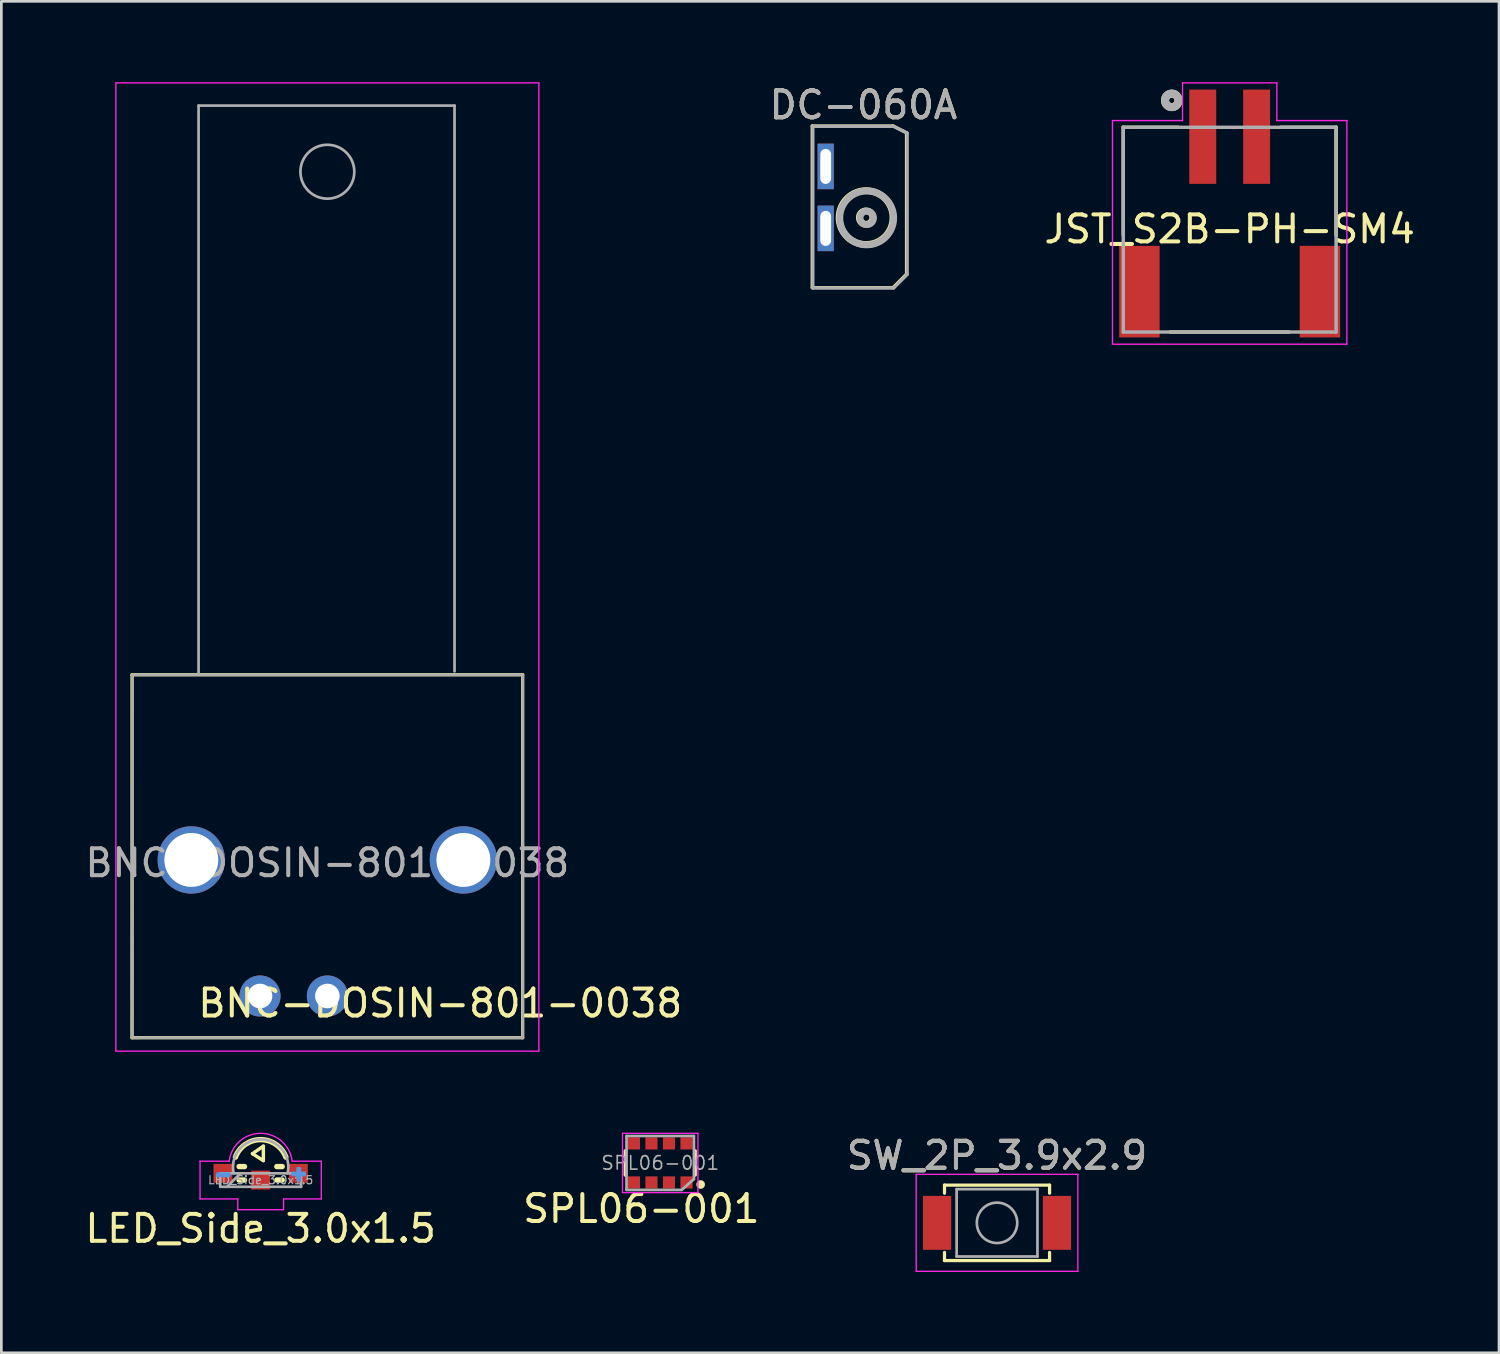
<source format=kicad_pcb>
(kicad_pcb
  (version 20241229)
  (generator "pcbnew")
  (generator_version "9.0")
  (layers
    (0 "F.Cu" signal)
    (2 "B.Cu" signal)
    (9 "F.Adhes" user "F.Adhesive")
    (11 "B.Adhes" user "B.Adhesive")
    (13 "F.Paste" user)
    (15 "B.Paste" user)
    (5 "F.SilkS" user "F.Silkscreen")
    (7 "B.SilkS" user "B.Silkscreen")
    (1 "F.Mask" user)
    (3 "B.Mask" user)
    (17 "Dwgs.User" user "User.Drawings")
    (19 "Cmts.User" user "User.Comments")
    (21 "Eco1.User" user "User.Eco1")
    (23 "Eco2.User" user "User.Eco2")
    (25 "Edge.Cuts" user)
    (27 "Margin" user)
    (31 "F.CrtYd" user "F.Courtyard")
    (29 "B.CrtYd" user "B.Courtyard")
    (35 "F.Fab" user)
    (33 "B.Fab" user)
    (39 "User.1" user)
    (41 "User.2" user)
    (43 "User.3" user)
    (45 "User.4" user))
  (footprint "LED_Side_3.0x1.5"
    (layer "F.Cu")
    (at 6.625 40.751)
    (property "Reference" "LED_Side_3.0x1.5" (at 0 1.8 0) (layer "F.SilkS") (effects (font (size 1 1) (thickness 0.15))))
    (attr smd)
    (fp_line (start -0.8 -0.5) (end -0.6 -0.5) (stroke (width 0.2) (type solid)) (layer "F.SilkS"))
    (fp_line (start -0.8 0) (end -0.6 0) (stroke (width 0.2) (type solid)) (layer "F.SilkS"))
    (fp_line (start -0.306 -0.979) (end 0.097 -0.722) (stroke (width 0.127) (type solid)) (layer "F.SilkS"))
    (fp_line (start 0.1 -1.258) (end -0.306 -0.979) (stroke (width 0.127) (type solid)) (layer "F.SilkS"))
    (fp_line (start 0.1 -0.725) (end 0.1 -1.258) (stroke (width 0.127) (type solid)) (layer "F.SilkS"))
    (fp_line (start 0.6 -0.5) (end 0.8 -0.5) (stroke (width 0.2) (type solid)) (layer "F.SilkS"))
    (fp_line (start 0.6 0) (end 0.8 0) (stroke (width 0.2) (type solid)) (layer "F.SilkS"))
    (fp_arc (start -0.937 -0.85) (mid -0.000108 -1.500234) (end 0.936924 -0.850203) (stroke (width 0.2) (type solid)) (layer "F.SilkS"))
    (fp_poly (pts (xy -1.611 -0.236) (xy -1.16 -0.236) (xy -1.16 -0.155) (xy -1.612 -0.155)) (stroke (width 0.1) (type solid)) (fill no) (layer "Cmts.User"))
    (fp_poly (pts (xy 1.184 -0.267) (xy 1.635 -0.267) (xy 1.635 -0.186) (xy 1.183 -0.186) (xy 1.183 -0.187)) (stroke (width 0.1) (type solid)) (fill no) (layer "Cmts.User"))
    (fp_poly (pts (xy 1.374 0.014) (xy 1.374 -0.437) (xy 1.455 -0.437) (xy 1.455 0.015) (xy 1.454 0.015)) (stroke (width 0.1) (type solid)) (fill no) (layer "Cmts.User"))
    (fp_line (start -2.25 -0.7) (end -1.17 -0.7) (stroke (width 0.05) (type solid)) (layer "F.CrtYd"))
    (fp_line (start -2.25 0.7) (end -2.25 -0.7) (stroke (width 0.05) (type solid)) (layer "F.CrtYd"))
    (fp_line (start -2.25 0.7) (end -0.85 0.7) (stroke (width 0.05) (type solid)) (layer "F.CrtYd"))
    (fp_line (start -0.85 0.7) (end -0.85 1.1) (stroke (width 0.05) (type solid)) (layer "F.CrtYd"))
    (fp_line (start -0.85 1.1) (end 0.85 1.1) (stroke (width 0.05) (type solid)) (layer "F.CrtYd"))
    (fp_line (start 0.85 0.7) (end 2.25 0.7) (stroke (width 0.05) (type solid)) (layer "F.CrtYd"))
    (fp_line (start 0.85 1.1) (end 0.85 0.7) (stroke (width 0.05) (type solid)) (layer "F.CrtYd"))
    (fp_line (start 2.25 -0.7) (end 1.17 -0.7) (stroke (width 0.05) (type solid)) (layer "F.CrtYd"))
    (fp_line (start 2.25 0.7) (end 2.25 -0.7) (stroke (width 0.05) (type solid)) (layer "F.CrtYd"))
    (fp_arc (start -1.17 -0.7) (mid 0 -1.735231) (end 1.17 -0.7) (stroke (width 0.05) (type solid)) (layer "F.CrtYd"))
    (fp_line (start -1.5 -0.25) (end -1.5 0.25) (stroke (width 0.1) (type solid)) (layer "F.Fab"))
    (fp_line (start -1.5 0.25) (end 1.5 0.25) (stroke (width 0.1) (type solid)) (layer "F.Fab"))
    (fp_line (start -0.75 -0.25) (end -1.25 0.25) (stroke (width 0.1) (type solid)) (layer "F.Fab"))
    (fp_line (start 1.5 -0.25) (end -1.5 -0.25) (stroke (width 0.1) (type solid)) (layer "F.Fab"))
    (fp_line (start 1.5 0.25) (end 1.5 -0.25) (stroke (width 0.1) (type solid)) (layer "F.Fab"))
    (fp_arc (start -1 -0.25) (mid 0 -1.510304) (end 1 -0.25) (stroke (width 0.1) (type solid)) (layer "F.Fab"))
    (fp_text user "${REFERENCE}" (at 0 0 0) (layer "F.Fab") (effects (font (size 0.3 0.3) (thickness 0.045))))
    (pad "1" smd rect (at 1.4 -0.25 180) (size 0.7 0.7) (layers "F.Cu" "F.Mask" "F.Paste"))
    (pad "2" smd rect (at -1.4 -0.25 180) (size 0.7 0.7) (layers "F.Cu" "F.Mask" "F.Paste"))
    (pad "3" smd rect (at 0 0 180) (size 0.7 0.7) (layers "F.Cu" "F.Mask" "F.Paste")))
  (footprint "JST_S2B-PH-SM4"
    (layer "F.Cu")
    (at 42.593 2.025)
    (property "Reference" "JST_S2B-PH-SM4" (at 0 3.429 0) (layer "F.SilkS") (effects (font (size 1.002 1.002) (thickness 0.15))))
    (attr smd)
    (fp_line (start -3.95 -0.35) (end -3.95 3.65) (stroke (width 0.127) (type solid)) (layer "F.SilkS"))
    (fp_line (start -2.2 7.25) (end 2.2 7.25) (stroke (width 0.127) (type solid)) (layer "F.SilkS"))
    (fp_line (start -1.9 -0.35) (end -3.95 -0.35) (stroke (width 0.127) (type solid)) (layer "F.SilkS"))
    (fp_line (start 3.95 -0.35) (end 1.9 -0.35) (stroke (width 0.127) (type solid)) (layer "F.SilkS"))
    (fp_line (start 3.95 3.65) (end 3.95 -0.35) (stroke (width 0.127) (type solid)) (layer "F.SilkS"))
    (fp_circle (center -2.15 -1.35) (end -2.05 -1.35) (stroke (width 0.3) (type solid)) (fill no) (layer "F.SilkS"))
    (fp_line (start -4.35 -0.6) (end -1.75 -0.6) (stroke (width 0.05) (type solid)) (layer "F.CrtYd"))
    (fp_line (start -4.35 7.7) (end -4.35 -0.6) (stroke (width 0.05) (type solid)) (layer "F.CrtYd"))
    (fp_line (start -1.75 -2) (end 1.75 -2) (stroke (width 0.05) (type solid)) (layer "F.CrtYd"))
    (fp_line (start -1.75 -0.6) (end -1.75 -2) (stroke (width 0.05) (type solid)) (layer "F.CrtYd"))
    (fp_line (start 1.75 -2) (end 1.75 -0.6) (stroke (width 0.05) (type solid)) (layer "F.CrtYd"))
    (fp_line (start 1.75 -0.6) (end 4.35 -0.6) (stroke (width 0.05) (type solid)) (layer "F.CrtYd"))
    (fp_line (start 4.35 -0.6) (end 4.35 7.7) (stroke (width 0.05) (type solid)) (layer "F.CrtYd"))
    (fp_line (start 4.35 7.7) (end -4.35 7.7) (stroke (width 0.05) (type solid)) (layer "F.CrtYd"))
    (fp_line (start -3.95 -0.35) (end 3.95 -0.35) (stroke (width 0.127) (type solid)) (layer "F.Fab"))
    (fp_line (start -3.95 7.25) (end -3.95 -0.35) (stroke (width 0.127) (type solid)) (layer "F.Fab"))
    (fp_line (start 3.95 -0.35) (end 3.95 7.25) (stroke (width 0.127) (type solid)) (layer "F.Fab"))
    (fp_line (start 3.95 7.25) (end -3.95 7.25) (stroke (width 0.127) (type solid)) (layer "F.Fab"))
    (fp_circle (center -2.15 -1.35) (end -2.05 -1.35) (stroke (width 0.3) (type solid)) (fill no) (layer "F.Fab"))
    (pad "1" smd rect (at -1 0 180) (size 1 3.5) (layers "F.Cu" "F.Mask" "F.Paste"))
    (pad "2" smd rect (at 1 0 180) (size 1 3.5) (layers "F.Cu" "F.Mask" "F.Paste"))
    (pad "S1" smd rect (at -3.35 5.75 180) (size 1.5 3.4) (layers "F.Cu" "F.Mask" "F.Paste"))
    (pad "S2" smd rect (at 3.35 5.75 180) (size 1.5 3.4) (layers "F.Cu" "F.Mask" "F.Paste")))
  (footprint "SW_2P_3.9x2.9"
    (layer "F.Cu")
    (at 33.958 42.339)
    (property "Reference" "SW_2P_3.9x2.9" (at 0 -2.5 0) (layer "F.SilkS") (effects (font (size 1 1) (thickness 0.15))))
    (attr smd)
    (fp_line (start -1.95 -1.4) (end 1.95 -1.4) (stroke (width 0.12) (type solid)) (layer "F.SilkS"))
    (fp_line (start -1.95 -1.1) (end -1.95 -1.4) (stroke (width 0.12) (type solid)) (layer "F.SilkS"))
    (fp_line (start -1.95 1.1) (end -1.95 1.4) (stroke (width 0.12) (type solid)) (layer "F.SilkS"))
    (fp_line (start -1.95 1.4) (end 1.95 1.4) (stroke (width 0.12) (type solid)) (layer "F.SilkS"))
    (fp_line (start 1.95 -1.4) (end 1.95 -1.1) (stroke (width 0.12) (type solid)) (layer "F.SilkS"))
    (fp_line (start 1.95 1.4) (end 1.95 1.1) (stroke (width 0.12) (type solid)) (layer "F.SilkS"))
    (fp_line (start -3 -1.8) (end -3 1.8) (stroke (width 0.05) (type solid)) (layer "F.CrtYd"))
    (fp_line (start -3 1.8) (end 3 1.8) (stroke (width 0.05) (type solid)) (layer "F.CrtYd"))
    (fp_line (start 3 -1.8) (end -3 -1.8) (stroke (width 0.05) (type solid)) (layer "F.CrtYd"))
    (fp_line (start 3 1.8) (end 3 -1.8) (stroke (width 0.05) (type solid)) (layer "F.CrtYd"))
    (fp_line (start -1.5 -1.25) (end 1.5 -1.25) (stroke (width 0.1) (type solid)) (layer "F.Fab"))
    (fp_line (start -1.5 1.25) (end -1.5 -1.25) (stroke (width 0.1) (type solid)) (layer "F.Fab"))
    (fp_line (start 1.5 -1.25) (end 1.5 1.25) (stroke (width 0.1) (type solid)) (layer "F.Fab"))
    (fp_line (start 1.5 1.25) (end -1.5 1.25) (stroke (width 0.1) (type solid)) (layer "F.Fab"))
    (fp_circle (center 0 0) (end 0.75 0) (stroke (width 0.1) (type solid)) (fill no) (layer "F.Fab"))
    (fp_text user "${REFERENCE}" (at 0 -2.5 0) (layer "F.Fab") (effects (font (size 1 1) (thickness 0.15))))
    (pad "1" smd rect (at -2.225 0) (size 1.05 2) (layers "F.Cu" "F.Mask" "F.Paste"))
    (pad "2" smd rect (at 2.225 0) (size 1.05 2) (layers "F.Cu" "F.Mask" "F.Paste")))
  (footprint "BNC-DOSIN-801-0038"
    (layer "F.Cu")
    (at 9.101 31.394)
    (property "Reference" "BNC-DOSIN-801-0038" (at 4.191 2.794 0) (layer "F.SilkS") (effects (font (size 1 1) (thickness 0.15))))
    (attr through_hole)
    (fp_line (start -7.25 -9.398) (end -7.25 4.075) (stroke (width 0.12) (type solid)) (layer "F.SilkS"))
    (fp_line (start -7.25 -9.398) (end 7.25 -9.398) (stroke (width 0.12) (type solid)) (layer "F.SilkS"))
    (fp_line (start 7.25 -9.398) (end 7.25 4.075) (stroke (width 0.12) (type solid)) (layer "F.SilkS"))
    (fp_line (start 7.25 4.074) (end -7.25 4.075) (stroke (width 0.12) (type solid)) (layer "F.SilkS"))
    (fp_line (start -7.85 4.572) (end -7.85 -31.369) (stroke (width 0.05) (type solid)) (layer "F.CrtYd"))
    (fp_line (start -7.85 4.572) (end 7.85 4.572) (stroke (width 0.05) (type solid)) (layer "F.CrtYd"))
    (fp_line (start 7.85 -31.369) (end -7.85 -31.369) (stroke (width 0.05) (type solid)) (layer "F.CrtYd"))
    (fp_line (start 7.85 4.572) (end 7.85 -31.369) (stroke (width 0.05) (type solid)) (layer "F.CrtYd"))
    (fp_line (start -7.239 -9.398) (end -7.25 4.075) (stroke (width 0.1) (type solid)) (layer "F.Fab"))
    (fp_line (start -4.78 -30.525) (end -4.78 -9.443) (stroke (width 0.1) (type solid)) (layer "F.Fab"))
    (fp_line (start -4.78 -30.525) (end 4.72 -30.525) (stroke (width 0.1) (type solid)) (layer "F.Fab"))
    (fp_line (start 4.72 -9.525) (end 4.72 -30.525) (stroke (width 0.1) (type solid)) (layer "F.Fab"))
    (fp_line (start 7.25 -9.398) (end -7.239 -9.398) (stroke (width 0.1) (type solid)) (layer "F.Fab"))
    (fp_line (start 7.25 4.074) (end -7.25 4.075) (stroke (width 0.1) (type solid)) (layer "F.Fab"))
    (fp_line (start 7.25 4.075) (end 7.25 -9.398) (stroke (width 0.1) (type solid)) (layer "F.Fab"))
    (fp_circle (center 0 -28.07) (end 1 -28.07) (stroke (width 0.1) (type solid)) (fill no) (layer "F.Fab"))
    (fp_text user "${REFERENCE}" (at 0 -2.413 0) (layer "F.Fab") (effects (font (size 1 1) (thickness 0.15))))
    (pad "1" thru_hole circle (at 0 2.525) (size 1.524 1.524) (drill 0.914) (layers "*.Cu" "*.Mask"))
    (pad "2" thru_hole circle (at -5.05 -2.525) (size 2.5 2.5) (drill 2) (layers "*.Cu" "*.Mask"))
    (pad "2" thru_hole circle (at -2.5 2.525) (size 1.524 1.524) (drill 0.914) (layers "*.Cu" "*.Mask"))
    (pad "2" thru_hole circle (at 5.05 -2.525) (size 2.5 2.5) (drill 2) (layers "*.Cu" "*.Mask")))
  (footprint "SPL06-001"
    (layer "F.Cu")
    (at 21.456 40.116)
    (property "Reference" "SPL06-001" (at -0.7 1.7 0) (layer "F.SilkS") (effects (font (size 1 1) (thickness 0.15))))
    (attr smd)
    (fp_line (start -1.3 -0.45) (end -1.3 0.45) (stroke (width 0.12) (type solid)) (layer "F.SilkS"))
    (fp_line (start 1.3 -0.45) (end 1.3 0.45) (stroke (width 0.12) (type solid)) (layer "F.SilkS"))
    (fp_circle (center 1.5 0.8) (end 1.6 0.8) (stroke (width 0.12) (type solid)) (fill yes) (layer "F.SilkS"))
    (fp_line (start -1.4 -1.1) (end -1.4 1.1) (stroke (width 0.05) (type solid)) (layer "F.CrtYd"))
    (fp_line (start -1.4 1.1) (end 1.4 1.1) (stroke (width 0.05) (type solid)) (layer "F.CrtYd"))
    (fp_line (start 1.4 -1.1) (end -1.4 -1.1) (stroke (width 0.05) (type solid)) (layer "F.CrtYd"))
    (fp_line (start 1.4 1.1) (end 1.4 -1.1) (stroke (width 0.05) (type solid)) (layer "F.CrtYd"))
    (fp_line (start -1.25 -1) (end 1.25 -1) (stroke (width 0.1) (type solid)) (layer "F.Fab"))
    (fp_line (start -1.25 1) (end -1.25 -1) (stroke (width 0.1) (type solid)) (layer "F.Fab"))
    (fp_line (start 0.8 1) (end -1.25 1) (stroke (width 0.1) (type solid)) (layer "F.Fab"))
    (fp_line (start 1.25 -1) (end 1.25 0.6) (stroke (width 0.1) (type solid)) (layer "F.Fab"))
    (fp_line (start 1.25 0.6) (end 0.8 1) (stroke (width 0.1) (type solid)) (layer "F.Fab"))
    (fp_text user "${REFERENCE}" (at 0 0 0) (layer "F.Fab") (effects (font (size 0.5 0.5) (thickness 0.06))))
    (pad "1" smd rect (at 0.975 0.725) (size 0.45 0.45) (layers "F.Cu" "F.Mask" "F.Paste"))
    (pad "2" smd rect (at 0.325 0.725) (size 0.45 0.45) (layers "F.Cu" "F.Mask" "F.Paste"))
    (pad "3" smd rect (at -0.325 0.725) (size 0.45 0.45) (layers "F.Cu" "F.Mask" "F.Paste"))
    (pad "4" smd rect (at -0.975 0.725) (size 0.45 0.45) (layers "F.Cu" "F.Mask" "F.Paste"))
    (pad "5" smd rect (at -0.975 -0.725) (size 0.45 0.45) (layers "F.Cu" "F.Mask" "F.Paste"))
    (pad "6" smd rect (at -0.325 -0.725) (size 0.45 0.45) (layers "F.Cu" "F.Mask" "F.Paste"))
    (pad "7" smd rect (at 0.325 -0.725) (size 0.45 0.45) (layers "F.Cu" "F.Mask" "F.Paste"))
    (pad "8" smd rect (at 0.975 -0.725) (size 0.45 0.45) (layers "F.Cu" "F.Mask" "F.Paste")))
  (footprint "DC-060A"
    (layer "F.Cu")
    (at 27.598 4.277)
    (property "Reference" "DC-060A" (at 1.397 -3.429 0) (layer "F.SilkS") (effects (font (size 1 1) (thickness 0.15))))
    (attr through_hole)
    (fp_line (start -0.5 -2.65) (end -0.5 3.35) (stroke (width 0.12) (type solid)) (layer "F.SilkS"))
    (fp_line (start -0.5 3.35) (end 2.5 3.35) (stroke (width 0.12) (type solid)) (layer "F.SilkS"))
    (fp_line (start 2.5 -2.65) (end -0.5 -2.65) (stroke (width 0.12) (type solid)) (layer "F.SilkS"))
    (fp_line (start 2.5 -2.65) (end 3 -2.4) (stroke (width 0.12) (type solid)) (layer "F.SilkS"))
    (fp_line (start 3 -2.4) (end 3 2.85) (stroke (width 0.12) (type solid)) (layer "F.SilkS"))
    (fp_line (start 3 2.85) (end 2.5 3.35) (stroke (width 0.12) (type solid)) (layer "F.SilkS"))
    (fp_circle (center 1.5 0.75) (end 1.75 0.75) (stroke (width 0.254) (type solid)) (fill no) (layer "F.SilkS"))
    (fp_circle (center 1.5 0.75) (end 2.5 0.75) (stroke (width 0.254) (type solid)) (fill no) (layer "F.SilkS"))
    (fp_line (start -0.476 -2.638) (end -0.476 3.362) (stroke (width 0.12) (type solid)) (layer "F.Fab"))
    (fp_line (start -0.476 3.362) (end 2.524 3.362) (stroke (width 0.12) (type solid)) (layer "F.Fab"))
    (fp_line (start 2.524 -2.638) (end -0.476 -2.638) (stroke (width 0.12) (type solid)) (layer "F.Fab"))
    (fp_line (start 2.524 -2.638) (end 3.024 -2.388) (stroke (width 0.12) (type solid)) (layer "F.Fab"))
    (fp_line (start 3.024 -2.388) (end 3.024 2.862) (stroke (width 0.12) (type solid)) (layer "F.Fab"))
    (fp_line (start 3.024 2.862) (end 2.524 3.362) (stroke (width 0.12) (type solid)) (layer "F.Fab"))
    (fp_circle (center 1.524 0.762) (end 1.774 0.762) (stroke (width 0.254) (type solid)) (fill no) (layer "F.Fab"))
    (fp_circle (center 1.524 0.762) (end 2.524 0.762) (stroke (width 0.254) (type solid)) (fill no) (layer "F.Fab"))
    (fp_text user "${REFERENCE}" (at 1.397 -3.429 0) (layer "F.Fab") (effects (font (size 1 1) (thickness 0.15))))
    (pad "1" thru_hole rect (at 0 -1.15) (size 0.6 1.69) (drill oval 0.4 1.3) (layers "*.Cu" "*.Mask"))
    (pad "2" thru_hole rect (at 0 1.15) (size 0.6 1.69) (drill oval 0.4 1.3) (layers "*.Cu" "*.Mask")))
  (gr_rect
    (start -3 -3)
    (end 52.59 47.164)
    (stroke (width 0.1) (type default))
    (fill no)
    (layer "Edge.Cuts")))
</source>
